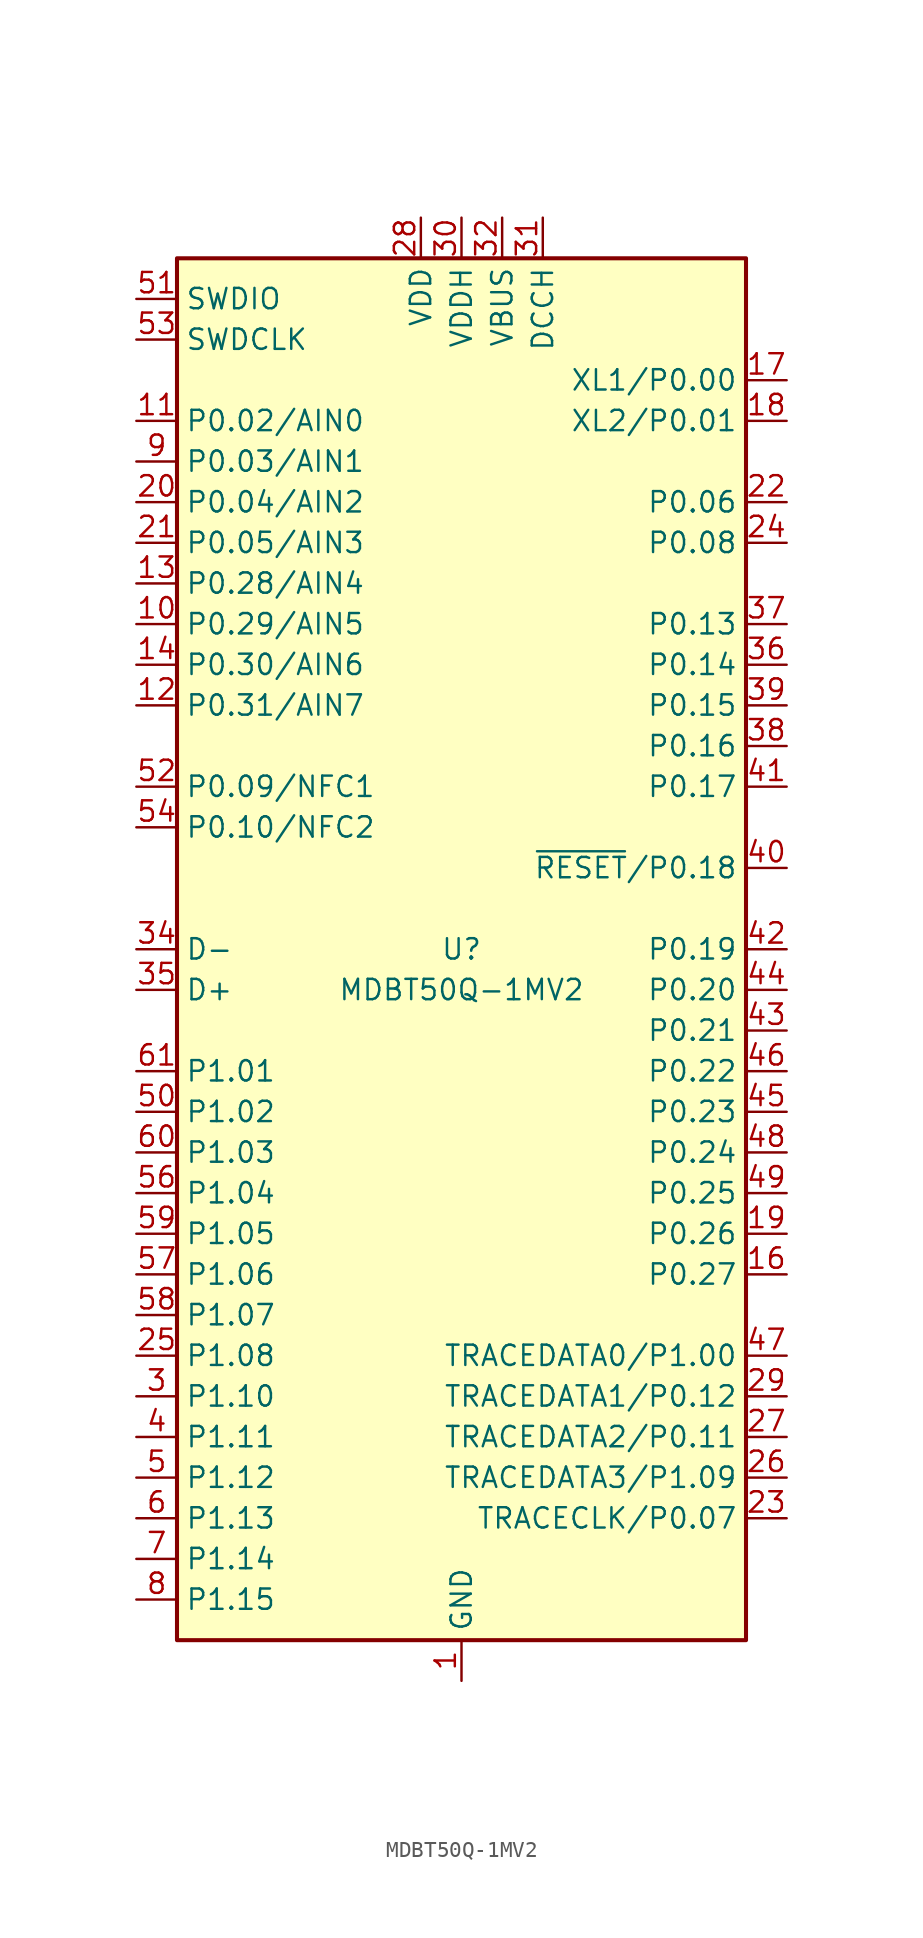
<source format=kicad_sym>
(kicad_symbol_lib
  (version 20220914)
  (generator kicad_symbol_editor)
  (symbol "MDBT50Q-1MV2"
    (property "Reference" "U"
      (at 0 0 0)
      (effects (font (size 1.27 1.27))))
    (property "Value" "MDBT50Q-1MV2"
      (at 0 -2.54 0)
      (effects (font (size 1.27 1.27))))
    (symbol "MDBT50Q-1MV2_0_1"
      (rectangle (start -17.78 43.18) (end 17.78 -43.18) (stroke (width 0.254) (type default)) (fill (type background))))
    (symbol "MDBT50Q-1MV2_1_1"
      (pin power_in line (at 0 -45.72 90) (length 2.54) (name "GND" (effects (font (size 1.27 1.27)))) (number "1" (effects (font (size 1.27 1.27)))))
      (pin bidirectional line (at -20.32 20.32 0) (length 2.54) (name "P0.29/AIN5" (effects (font (size 1.27 1.27)))) (number "10" (effects (font (size 1.27 1.27)))))
      (pin bidirectional line (at -20.32 33.02 0) (length 2.54) (name "P0.02/AIN0" (effects (font (size 1.27 1.27)))) (number "11" (effects (font (size 1.27 1.27)))))
      (pin bidirectional line (at -20.32 15.24 0) (length 2.54) (name "P0.31/AIN7" (effects (font (size 1.27 1.27)))) (number "12" (effects (font (size 1.27 1.27)))))
      (pin bidirectional line (at -20.32 22.86 0) (length 2.54) (name "P0.28/AIN4" (effects (font (size 1.27 1.27)))) (number "13" (effects (font (size 1.27 1.27)))))
      (pin bidirectional line (at -20.32 17.78 0) (length 2.54) (name "P0.30/AIN6" (effects (font (size 1.27 1.27)))) (number "14" (effects (font (size 1.27 1.27)))))
      (pin passive line (at 0 -45.72 90) (length 2.54) hide (name "GND" (effects (font (size 1.27 1.27)))) (number "15" (effects (font (size 1.27 1.27)))))
      (pin bidirectional line (at 20.32 -20.32 180) (length 2.54) (name "P0.27" (effects (font (size 1.27 1.27)))) (number "16" (effects (font (size 1.27 1.27)))))
      (pin bidirectional line (at 20.32 35.56 180) (length 2.54) (name "XL1/P0.00" (effects (font (size 1.27 1.27)))) (number "17" (effects (font (size 1.27 1.27)))))
      (pin bidirectional line (at 20.32 33.02 180) (length 2.54) (name "XL2/P0.01" (effects (font (size 1.27 1.27)))) (number "18" (effects (font (size 1.27 1.27)))))
      (pin bidirectional line (at 20.32 -17.78 180) (length 2.54) (name "P0.26" (effects (font (size 1.27 1.27)))) (number "19" (effects (font (size 1.27 1.27)))))
      (pin passive line (at 0 -45.72 90) (length 2.54) hide (name "GND" (effects (font (size 1.27 1.27)))) (number "2" (effects (font (size 1.27 1.27)))))
      (pin bidirectional line (at -20.32 27.94 0) (length 2.54) (name "P0.04/AIN2" (effects (font (size 1.27 1.27)))) (number "20" (effects (font (size 1.27 1.27)))))
      (pin bidirectional line (at -20.32 25.4 0) (length 2.54) (name "P0.05/AIN3" (effects (font (size 1.27 1.27)))) (number "21" (effects (font (size 1.27 1.27)))))
      (pin bidirectional line (at 20.32 27.94 180) (length 2.54) (name "P0.06" (effects (font (size 1.27 1.27)))) (number "22" (effects (font (size 1.27 1.27)))))
      (pin bidirectional line (at 20.32 -35.56 180) (length 2.54) (name "TRACECLK/P0.07" (effects (font (size 1.27 1.27)))) (number "23" (effects (font (size 1.27 1.27)))))
      (pin bidirectional line (at 20.32 25.4 180) (length 2.54) (name "P0.08" (effects (font (size 1.27 1.27)))) (number "24" (effects (font (size 1.27 1.27)))))
      (pin bidirectional line (at -20.32 -25.4 0) (length 2.54) (name "P1.08" (effects (font (size 1.27 1.27)))) (number "25" (effects (font (size 1.27 1.27)))))
      (pin bidirectional line (at 20.32 -33.02 180) (length 2.54) (name "TRACEDATA3/P1.09" (effects (font (size 1.27 1.27)))) (number "26" (effects (font (size 1.27 1.27)))))
      (pin bidirectional line (at 20.32 -30.48 180) (length 2.54) (name "TRACEDATA2/P0.11" (effects (font (size 1.27 1.27)))) (number "27" (effects (font (size 1.27 1.27)))))
      (pin power_in line (at -2.54 45.72 270) (length 2.54) (name "VDD" (effects (font (size 1.27 1.27)))) (number "28" (effects (font (size 1.27 1.27)))))
      (pin bidirectional line (at 20.32 -27.94 180) (length 2.54) (name "TRACEDATA1/P0.12" (effects (font (size 1.27 1.27)))) (number "29" (effects (font (size 1.27 1.27)))))
      (pin bidirectional line (at -20.32 -27.94 0) (length 2.54) (name "P1.10" (effects (font (size 1.27 1.27)))) (number "3" (effects (font (size 1.27 1.27)))))
      (pin power_in line (at 0 45.72 270) (length 2.54) (name "VDDH" (effects (font (size 1.27 1.27)))) (number "30" (effects (font (size 1.27 1.27)))))
      (pin power_out line (at 5.08 45.72 270) (length 2.54) (name "DCCH" (effects (font (size 1.27 1.27)))) (number "31" (effects (font (size 1.27 1.27)))))
      (pin power_in line (at 2.54 45.72 270) (length 2.54) (name "VBUS" (effects (font (size 1.27 1.27)))) (number "32" (effects (font (size 1.27 1.27)))))
      (pin passive line (at 0 -45.72 90) (length 2.54) hide (name "GND" (effects (font (size 1.27 1.27)))) (number "33" (effects (font (size 1.27 1.27)))))
      (pin bidirectional line (at -20.32 0 0) (length 2.54) (name "D-" (effects (font (size 1.27 1.27)))) (number "34" (effects (font (size 1.27 1.27)))))
      (pin bidirectional line (at -20.32 -2.54 0) (length 2.54) (name "D+" (effects (font (size 1.27 1.27)))) (number "35" (effects (font (size 1.27 1.27)))))
      (pin bidirectional line (at 20.32 17.78 180) (length 2.54) (name "P0.14" (effects (font (size 1.27 1.27)))) (number "36" (effects (font (size 1.27 1.27)))))
      (pin bidirectional line (at 20.32 20.32 180) (length 2.54) (name "P0.13" (effects (font (size 1.27 1.27)))) (number "37" (effects (font (size 1.27 1.27)))))
      (pin bidirectional line (at 20.32 12.7 180) (length 2.54) (name "P0.16" (effects (font (size 1.27 1.27)))) (number "38" (effects (font (size 1.27 1.27)))))
      (pin bidirectional line (at 20.32 15.24 180) (length 2.54) (name "P0.15" (effects (font (size 1.27 1.27)))) (number "39" (effects (font (size 1.27 1.27)))))
      (pin bidirectional line (at -20.32 -30.48 0) (length 2.54) (name "P1.11" (effects (font (size 1.27 1.27)))) (number "4" (effects (font (size 1.27 1.27)))))
      (pin bidirectional line (at 20.32 5.08 180) (length 2.54) (name "~{RESET}/P0.18" (effects (font (size 1.27 1.27)))) (number "40" (effects (font (size 1.27 1.27)))))
      (pin bidirectional line (at 20.32 10.16 180) (length 2.54) (name "P0.17" (effects (font (size 1.27 1.27)))) (number "41" (effects (font (size 1.27 1.27)))))
      (pin bidirectional line (at 20.32 0 180) (length 2.54) (name "P0.19" (effects (font (size 1.27 1.27)))) (number "42" (effects (font (size 1.27 1.27)))))
      (pin bidirectional line (at 20.32 -5.08 180) (length 2.54) (name "P0.21" (effects (font (size 1.27 1.27)))) (number "43" (effects (font (size 1.27 1.27)))))
      (pin bidirectional line (at 20.32 -2.54 180) (length 2.54) (name "P0.20" (effects (font (size 1.27 1.27)))) (number "44" (effects (font (size 1.27 1.27)))))
      (pin bidirectional line (at 20.32 -10.16 180) (length 2.54) (name "P0.23" (effects (font (size 1.27 1.27)))) (number "45" (effects (font (size 1.27 1.27)))))
      (pin bidirectional line (at 20.32 -7.62 180) (length 2.54) (name "P0.22" (effects (font (size 1.27 1.27)))) (number "46" (effects (font (size 1.27 1.27)))))
      (pin bidirectional line (at 20.32 -25.4 180) (length 2.54) (name "TRACEDATA0/P1.00" (effects (font (size 1.27 1.27)))) (number "47" (effects (font (size 1.27 1.27)))))
      (pin bidirectional line (at 20.32 -12.7 180) (length 2.54) (name "P0.24" (effects (font (size 1.27 1.27)))) (number "48" (effects (font (size 1.27 1.27)))))
      (pin bidirectional line (at 20.32 -15.24 180) (length 2.54) (name "P0.25" (effects (font (size 1.27 1.27)))) (number "49" (effects (font (size 1.27 1.27)))))
      (pin bidirectional line (at -20.32 -33.02 0) (length 2.54) (name "P1.12" (effects (font (size 1.27 1.27)))) (number "5" (effects (font (size 1.27 1.27)))))
      (pin bidirectional line (at -20.32 -10.16 0) (length 2.54) (name "P1.02" (effects (font (size 1.27 1.27)))) (number "50" (effects (font (size 1.27 1.27)))))
      (pin bidirectional line (at -20.32 40.64 0) (length 2.54) (name "SWDIO" (effects (font (size 1.27 1.27)))) (number "51" (effects (font (size 1.27 1.27)))))
      (pin bidirectional line (at -20.32 10.16 0) (length 2.54) (name "P0.09/NFC1" (effects (font (size 1.27 1.27)))) (number "52" (effects (font (size 1.27 1.27)))))
      (pin input line (at -20.32 38.1 0) (length 2.54) (name "SWDCLK" (effects (font (size 1.27 1.27)))) (number "53" (effects (font (size 1.27 1.27)))))
      (pin bidirectional line (at -20.32 7.62 0) (length 2.54) (name "P0.10/NFC2" (effects (font (size 1.27 1.27)))) (number "54" (effects (font (size 1.27 1.27)))))
      (pin passive line (at 0 -45.72 90) (length 2.54) hide (name "GND" (effects (font (size 1.27 1.27)))) (number "55" (effects (font (size 1.27 1.27)))))
      (pin bidirectional line (at -20.32 -15.24 0) (length 2.54) (name "P1.04" (effects (font (size 1.27 1.27)))) (number "56" (effects (font (size 1.27 1.27)))))
      (pin bidirectional line (at -20.32 -20.32 0) (length 2.54) (name "P1.06" (effects (font (size 1.27 1.27)))) (number "57" (effects (font (size 1.27 1.27)))))
      (pin bidirectional line (at -20.32 -22.86 0) (length 2.54) (name "P1.07" (effects (font (size 1.27 1.27)))) (number "58" (effects (font (size 1.27 1.27)))))
      (pin bidirectional line (at -20.32 -17.78 0) (length 2.54) (name "P1.05" (effects (font (size 1.27 1.27)))) (number "59" (effects (font (size 1.27 1.27)))))
      (pin bidirectional line (at -20.32 -35.56 0) (length 2.54) (name "P1.13" (effects (font (size 1.27 1.27)))) (number "6" (effects (font (size 1.27 1.27)))))
      (pin bidirectional line (at -20.32 -12.7 0) (length 2.54) (name "P1.03" (effects (font (size 1.27 1.27)))) (number "60" (effects (font (size 1.27 1.27)))))
      (pin bidirectional line (at -20.32 -7.62 0) (length 2.54) (name "P1.01" (effects (font (size 1.27 1.27)))) (number "61" (effects (font (size 1.27 1.27)))))
      (pin bidirectional line (at -20.32 -38.1 0) (length 2.54) (name "P1.14" (effects (font (size 1.27 1.27)))) (number "7" (effects (font (size 1.27 1.27)))))
      (pin bidirectional line (at -20.32 -40.64 0) (length 2.54) (name "P1.15" (effects (font (size 1.27 1.27)))) (number "8" (effects (font (size 1.27 1.27)))))
      (pin bidirectional line (at -20.32 30.48 0) (length 2.54) (name "P0.03/AIN1" (effects (font (size 1.27 1.27)))) (number "9" (effects (font (size 1.27 1.27))))))))
</source>
